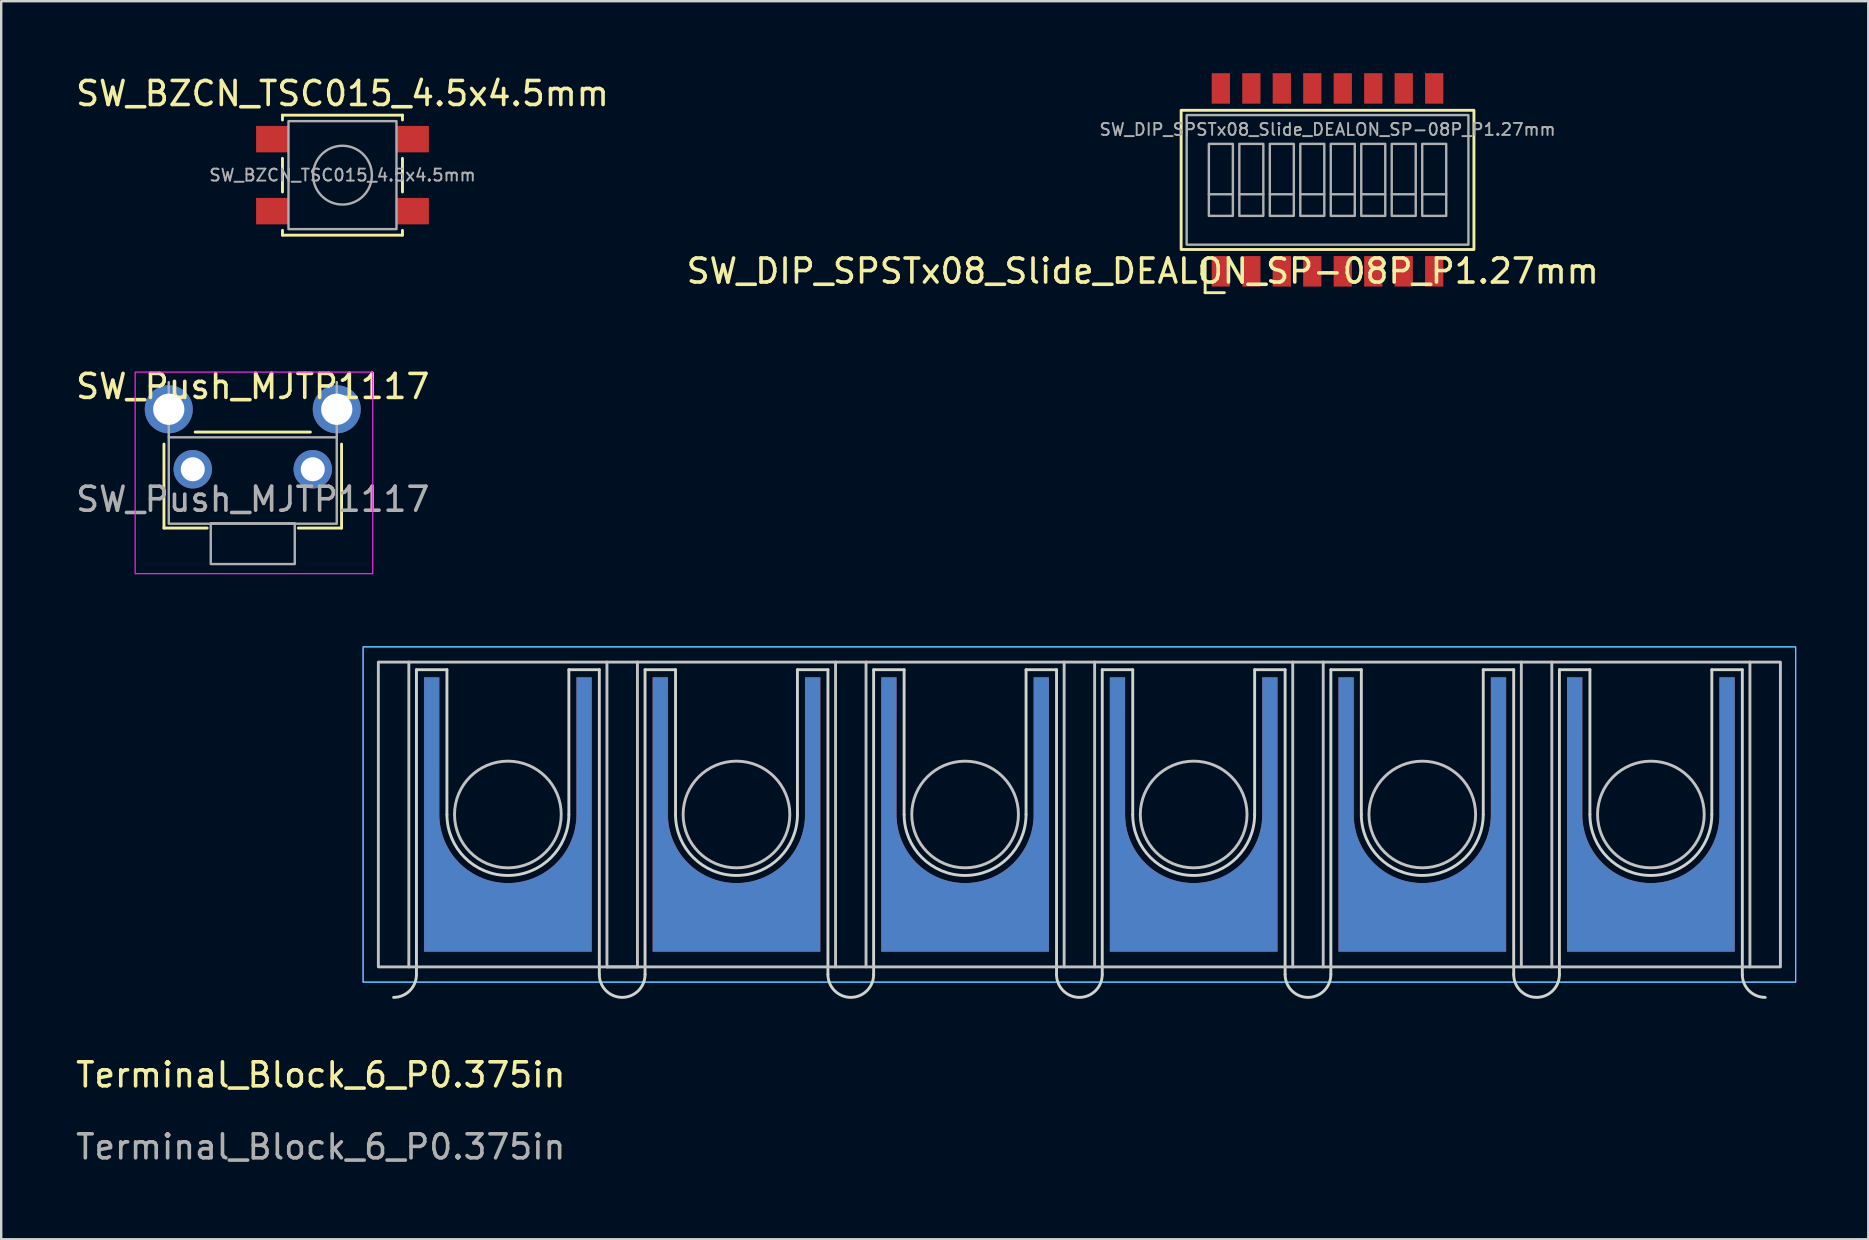
<source format=kicad_pcb>
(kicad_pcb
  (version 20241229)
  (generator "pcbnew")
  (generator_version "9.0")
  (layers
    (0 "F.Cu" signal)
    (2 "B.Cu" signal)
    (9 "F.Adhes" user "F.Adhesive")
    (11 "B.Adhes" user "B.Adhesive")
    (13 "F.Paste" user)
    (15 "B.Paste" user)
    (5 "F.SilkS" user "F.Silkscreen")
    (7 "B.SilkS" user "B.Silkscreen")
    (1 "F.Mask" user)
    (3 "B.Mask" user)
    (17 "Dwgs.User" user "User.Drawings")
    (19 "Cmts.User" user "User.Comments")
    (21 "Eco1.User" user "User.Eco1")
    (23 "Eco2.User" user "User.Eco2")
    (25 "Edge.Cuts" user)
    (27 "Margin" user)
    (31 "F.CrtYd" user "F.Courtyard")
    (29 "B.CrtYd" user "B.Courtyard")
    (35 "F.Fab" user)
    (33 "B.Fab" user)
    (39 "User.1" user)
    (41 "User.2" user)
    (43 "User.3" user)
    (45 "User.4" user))
  (footprint "SW_DIP_SPSTx08_Slide_DEALON_SP-08P_P1.27mm"
    (layer "F.Cu")
    (at 52.265 4.445)
    (property "Reference" "SW_DIP_SPSTx08_Slide_DEALON_SP-08P_P1.27mm" (at -7.7 3.8 0) (unlocked yes) (layer "F.SilkS") (effects (font (size 1 1) (thickness 0.15))))
    (attr smd)
    (fp_line (start -5.1 3.4) (end -5.1 4.7) (stroke (width 0.12) (type solid)) (layer "F.SilkS"))
    (fp_line (start -5.1 4.7) (end -4.3 4.7) (stroke (width 0.12) (type solid)) (layer "F.SilkS"))
    (fp_rect (start -6.1 -2.9) (end 6.1 2.9) (stroke (width 0.12) (type solid)) (fill no) (layer "F.SilkS"))
    (fp_line (start -4.945 0.6) (end -3.945 0.6) (stroke (width 0.1) (type solid)) (layer "F.Fab"))
    (fp_line (start -3.675 0.6) (end -2.675 0.6) (stroke (width 0.1) (type solid)) (layer "F.Fab"))
    (fp_line (start -2.405 0.6) (end -1.405 0.6) (stroke (width 0.1) (type solid)) (layer "F.Fab"))
    (fp_line (start -1.135 0.6) (end -0.135 0.6) (stroke (width 0.1) (type solid)) (layer "F.Fab"))
    (fp_line (start 0.135 0.6) (end 1.135 0.6) (stroke (width 0.1) (type solid)) (layer "F.Fab"))
    (fp_line (start 1.405 0.6) (end 2.405 0.6) (stroke (width 0.1) (type solid)) (layer "F.Fab"))
    (fp_line (start 2.675 0.6) (end 3.675 0.6) (stroke (width 0.1) (type solid)) (layer "F.Fab"))
    (fp_line (start 3.945 0.6) (end 4.945 0.6) (stroke (width 0.1) (type solid)) (layer "F.Fab"))
    (fp_rect (start -5.87 -2.7) (end 5.87 2.7) (stroke (width 0.1) (type solid)) (fill no) (layer "F.Fab"))
    (fp_rect (start -4.945 -1.5) (end -3.945 1.5) (stroke (width 0.1) (type solid)) (fill no) (layer "F.Fab"))
    (fp_rect (start -3.675 -1.5) (end -2.675 1.5) (stroke (width 0.1) (type solid)) (fill no) (layer "F.Fab"))
    (fp_rect (start -2.405 -1.5) (end -1.405 1.5) (stroke (width 0.1) (type solid)) (fill no) (layer "F.Fab"))
    (fp_rect (start -1.135 -1.5) (end -0.135 1.5) (stroke (width 0.1) (type solid)) (fill no) (layer "F.Fab"))
    (fp_rect (start 0.135 -1.5) (end 1.135 1.5) (stroke (width 0.1) (type solid)) (fill no) (layer "F.Fab"))
    (fp_rect (start 1.405 -1.5) (end 2.405 1.5) (stroke (width 0.1) (type solid)) (fill no) (layer "F.Fab"))
    (fp_rect (start 2.675 -1.5) (end 3.675 1.5) (stroke (width 0.1) (type solid)) (fill no) (layer "F.Fab"))
    (fp_rect (start 3.945 -1.5) (end 4.945 1.5) (stroke (width 0.1) (type solid)) (fill no) (layer "F.Fab"))
    (fp_text user "${REFERENCE}" (at 0 -2.1 0) (unlocked yes) (layer "F.Fab") (effects (font (size 0.5 0.5) (thickness 0.08))))
    (pad "1" smd rect (at -4.445 3.81) (size 0.76 1.27) (layers "F.Cu" "F.Mask" "F.Paste"))
    (pad "2" smd rect (at -3.175 3.81) (size 0.76 1.27) (layers "F.Cu" "F.Mask" "F.Paste"))
    (pad "3" smd rect (at -1.905 3.81) (size 0.76 1.27) (layers "F.Cu" "F.Mask" "F.Paste"))
    (pad "4" smd rect (at -0.635 3.81) (size 0.76 1.27) (layers "F.Cu" "F.Mask" "F.Paste"))
    (pad "5" smd rect (at 0.635 3.81) (size 0.76 1.27) (layers "F.Cu" "F.Mask" "F.Paste"))
    (pad "6" smd rect (at 1.905 3.81) (size 0.76 1.27) (layers "F.Cu" "F.Mask" "F.Paste"))
    (pad "7" smd rect (at 3.175 3.81) (size 0.76 1.27) (layers "F.Cu" "F.Mask" "F.Paste"))
    (pad "8" smd rect (at 4.445 3.81) (size 0.76 1.27) (layers "F.Cu" "F.Mask" "F.Paste"))
    (pad "9" smd rect (at 4.445 -3.81) (size 0.76 1.27) (layers "F.Cu" "F.Mask" "F.Paste"))
    (pad "10" smd rect (at 3.175 -3.81) (size 0.76 1.27) (layers "F.Cu" "F.Mask" "F.Paste"))
    (pad "11" smd rect (at 1.905 -3.81) (size 0.76 1.27) (layers "F.Cu" "F.Mask" "F.Paste"))
    (pad "12" smd rect (at 0.635 -3.81) (size 0.76 1.27) (layers "F.Cu" "F.Mask" "F.Paste"))
    (pad "13" smd rect (at -0.635 -3.81) (size 0.76 1.27) (layers "F.Cu" "F.Mask" "F.Paste"))
    (pad "14" smd rect (at -1.905 -3.81) (size 0.76 1.27) (layers "F.Cu" "F.Mask" "F.Paste"))
    (pad "15" smd rect (at -3.175 -3.81) (size 0.76 1.27) (layers "F.Cu" "F.Mask" "F.Paste"))
    (pad "16" smd rect (at -4.445 -3.81) (size 0.76 1.27) (layers "F.Cu" "F.Mask" "F.Paste")))
  (footprint "SW_BZCN_TSC015_4.5x4.5mm"
    (layer "F.Cu")
    (at 11.22 4.248)
    (property "Reference" "SW_BZCN_TSC015_4.5x4.5mm" (at 0 -3.4 0) (unlocked yes) (layer "F.SilkS") (effects (font (size 1 1) (thickness 0.15))))
    (attr smd)
    (fp_line (start -2.5 -2.5) (end 2.5 -2.5) (stroke (width 0.12) (type solid)) (layer "F.SilkS"))
    (fp_line (start -2.5 -2.3) (end -2.5 -2.5) (stroke (width 0.12) (type solid)) (layer "F.SilkS"))
    (fp_line (start -2.5 -0.7) (end -2.5 0.7) (stroke (width 0.12) (type solid)) (layer "F.SilkS"))
    (fp_line (start -2.5 2.3) (end -2.5 2.5) (stroke (width 0.12) (type solid)) (layer "F.SilkS"))
    (fp_line (start -2.5 2.5) (end 2.5 2.5) (stroke (width 0.12) (type solid)) (layer "F.SilkS"))
    (fp_line (start 2.5 -2.5) (end 2.5 -2.3) (stroke (width 0.12) (type solid)) (layer "F.SilkS"))
    (fp_line (start 2.5 -0.7) (end 2.5 0.7) (stroke (width 0.12) (type solid)) (layer "F.SilkS"))
    (fp_line (start 2.5 2.5) (end 2.5 2.3) (stroke (width 0.12) (type solid)) (layer "F.SilkS"))
    (fp_rect (start -2.25 -2.25) (end 2.25 2.25) (stroke (width 0.1) (type solid)) (fill no) (layer "F.Fab"))
    (fp_circle (center 0 0) (end 1.225 0) (stroke (width 0.1) (type solid)) (fill no) (layer "F.Fab"))
    (fp_text user "${REFERENCE}" (at 0 0 0) (unlocked yes) (layer "F.Fab") (effects (font (size 0.5 0.5) (thickness 0.08))))
    (pad "1" smd rect (at -2.925 -1.5) (size 1.35 1.1) (layers "F.Cu" "F.Mask" "F.Paste"))
    (pad "1" smd rect (at 2.925 -1.5) (size 1.35 1.1) (layers "F.Cu" "F.Mask" "F.Paste"))
    (pad "2" smd rect (at -2.925 1.5) (size 1.35 1.1) (layers "F.Cu" "F.Mask" "F.Paste"))
    (pad "2" smd rect (at 2.925 1.5) (size 1.35 1.1) (layers "F.Cu" "F.Mask" "F.Paste")))
  (footprint "SW_Push_MJTP1117"
    (layer "F.Cu")
    (at 7.482 15.253)
    (property "Reference" "SW_Push_MJTP1117" (at 0 -2.2 0) (unlocked yes) (layer "F.SilkS") (effects (font (size 1 1) (thickness 0.15))))
    (attr through_hole)
    (fp_line (start -3.7 3.7) (end -3.7 0.2) (stroke (width 0.12) (type solid)) (layer "F.SilkS"))
    (fp_line (start -2.4 -0.3) (end 2.4 -0.3) (stroke (width 0.12) (type solid)) (layer "F.SilkS"))
    (fp_line (start -1.9 3.7) (end -3.7 3.7) (stroke (width 0.12) (type solid)) (layer "F.SilkS"))
    (fp_line (start 3.7 0.2) (end 3.7 3.7) (stroke (width 0.12) (type solid)) (layer "F.SilkS"))
    (fp_line (start 3.7 3.7) (end 1.9 3.7) (stroke (width 0.12) (type solid)) (layer "F.SilkS"))
    (fp_rect (start -4.9 -2.8) (end 5 5.6) (stroke (width 0.05) (type solid)) (fill no) (layer "F.CrtYd"))
    (fp_line (start -3.5 -0.08) (end -3.5 -2.38) (stroke (width 0.1) (type solid)) (layer "F.Fab"))
    (fp_line (start 3.5 -0.08) (end 3.5 -2.38) (stroke (width 0.1) (type solid)) (layer "F.Fab"))
    (fp_rect (start -3.5 3.52) (end 3.5 -0.08) (stroke (width 0.1) (type solid)) (fill no) (layer "F.Fab"))
    (fp_rect (start -1.75 3.5) (end 1.75 5.2) (stroke (width 0.1) (type solid)) (fill no) (layer "F.Fab"))
    (fp_text user "${REFERENCE}" (at 0 2.5 0) (unlocked yes) (layer "F.Fab") (effects (font (size 1 1) (thickness 0.15))))
    (pad "" thru_hole circle (at -3.5 -1.25) (size 2 2) (drill 1.3) (layers "*.Cu" "*.Mask"))
    (pad "" thru_hole circle (at 3.5 -1.25) (size 2 2) (drill 1.3) (layers "*.Cu" "*.Mask"))
    (pad "1" thru_hole circle (at -2.5 1.25) (size 1.6 1.6) (drill 1) (layers "*.Cu" "*.Mask"))
    (pad "2" thru_hole circle (at 2.5 1.25) (size 1.6 1.6) (drill 1) (layers "*.Cu" "*.Mask")))
  (footprint "Terminal_Block_6_P0.375in"
    (layer "F.Cu")
    (at 12.715 37.238)
    (property "Reference" "Terminal_Block_6_P0.375in" (at -2.4 4.5 0) (unlocked yes) (layer "F.SilkS") (effects (font (size 1 1) (thickness 0.15))))
    (fp_line (start 1.27 0) (end 1.27 -12.7) (stroke (width 0.12) (type default)) (layer "Dwgs.User"))
    (fp_line (start 9.525 -12.7) (end 9.525 0) (stroke (width 0.12) (type default)) (layer "Dwgs.User"))
    (fp_line (start 9.525 0) (end 10.795 0) (stroke (width 0.12) (type default)) (layer "Dwgs.User"))
    (fp_line (start 10.795 0) (end 10.795 -12.7) (stroke (width 0.12) (type default)) (layer "Dwgs.User"))
    (fp_line (start 19.05 -12.7) (end 19.05 0) (stroke (width 0.12) (type default)) (layer "Dwgs.User"))
    (fp_line (start 20.32 0) (end 20.32 -12.7) (stroke (width 0.12) (type default)) (layer "Dwgs.User"))
    (fp_line (start 28.575 -12.7) (end 28.575 0) (stroke (width 0.12) (type default)) (layer "Dwgs.User"))
    (fp_line (start 29.845 0) (end 29.845 -12.7) (stroke (width 0.12) (type default)) (layer "Dwgs.User"))
    (fp_line (start 38.1 -12.7) (end 38.1 0) (stroke (width 0.12) (type default)) (layer "Dwgs.User"))
    (fp_line (start 39.37 0) (end 39.37 -12.7) (stroke (width 0.12) (type default)) (layer "Dwgs.User"))
    (fp_line (start 47.625 -12.7) (end 47.625 0) (stroke (width 0.12) (type default)) (layer "Dwgs.User"))
    (fp_line (start 48.895 0) (end 48.895 -12.7) (stroke (width 0.12) (type default)) (layer "Dwgs.User"))
    (fp_line (start 57.15 -12.7) (end 57.15 0) (stroke (width 0.12) (type default)) (layer "Dwgs.User"))
    (fp_rect (start 0 0) (end 58.42 -12.7) (stroke (width 0.12) (type default)) (fill no) (layer "Dwgs.User"))
    (fp_circle (center 5.397 -6.35) (end 7.62 -6.35) (stroke (width 0.12) (type default)) (fill no) (layer "Dwgs.User"))
    (fp_circle (center 14.922 -6.35) (end 17.145 -6.35) (stroke (width 0.12) (type default)) (fill no) (layer "Dwgs.User"))
    (fp_circle (center 24.448 -6.35) (end 26.67 -6.35) (stroke (width 0.12) (type default)) (fill no) (layer "Dwgs.User"))
    (fp_circle (center 33.972 -6.35) (end 36.195 -6.35) (stroke (width 0.12) (type default)) (fill no) (layer "Dwgs.User"))
    (fp_circle (center 43.498 -6.35) (end 45.72 -6.35) (stroke (width 0.12) (type default)) (fill no) (layer "Dwgs.User"))
    (fp_circle (center 53.023 -6.35) (end 55.245 -6.35) (stroke (width 0.12) (type default)) (fill no) (layer "Dwgs.User"))
    (fp_line (start 1.587 -12.383) (end 2.857 -12.383) (stroke (width 0.12) (type default)) (layer "Edge.Cuts"))
    (fp_line (start 1.587 0.318) (end 1.587 -12.383) (stroke (width 0.12) (type default)) (layer "Edge.Cuts"))
    (fp_line (start 2.857 -12.383) (end 2.857 -6.35) (stroke (width 0.12) (type default)) (layer "Edge.Cuts"))
    (fp_line (start 7.938 -12.383) (end 9.207 -12.383) (stroke (width 0.12) (type default)) (layer "Edge.Cuts"))
    (fp_line (start 7.938 -6.35) (end 7.938 -12.383) (stroke (width 0.12) (type default)) (layer "Edge.Cuts"))
    (fp_line (start 9.207 -12.383) (end 9.207 0.318) (stroke (width 0.12) (type default)) (layer "Edge.Cuts"))
    (fp_line (start 11.113 -12.383) (end 12.383 -12.383) (stroke (width 0.12) (type default)) (layer "Edge.Cuts"))
    (fp_line (start 11.113 0.318) (end 11.113 -12.383) (stroke (width 0.12) (type default)) (layer "Edge.Cuts"))
    (fp_line (start 12.383 -12.383) (end 12.383 -6.35) (stroke (width 0.12) (type default)) (layer "Edge.Cuts"))
    (fp_line (start 17.462 -12.383) (end 18.733 -12.383) (stroke (width 0.12) (type default)) (layer "Edge.Cuts"))
    (fp_line (start 17.462 -6.35) (end 17.462 -12.383) (stroke (width 0.12) (type default)) (layer "Edge.Cuts"))
    (fp_line (start 18.733 -12.383) (end 18.733 0.318) (stroke (width 0.12) (type default)) (layer "Edge.Cuts"))
    (fp_line (start 20.637 -12.383) (end 21.907 -12.383) (stroke (width 0.12) (type default)) (layer "Edge.Cuts"))
    (fp_line (start 20.637 0.318) (end 20.637 -12.383) (stroke (width 0.12) (type default)) (layer "Edge.Cuts"))
    (fp_line (start 21.907 -12.383) (end 21.907 -6.35) (stroke (width 0.12) (type default)) (layer "Edge.Cuts"))
    (fp_line (start 26.988 -12.383) (end 28.258 -12.383) (stroke (width 0.12) (type default)) (layer "Edge.Cuts"))
    (fp_line (start 26.988 -6.35) (end 26.988 -12.383) (stroke (width 0.12) (type default)) (layer "Edge.Cuts"))
    (fp_line (start 28.258 -12.383) (end 28.258 0.318) (stroke (width 0.12) (type default)) (layer "Edge.Cuts"))
    (fp_line (start 30.163 -12.383) (end 31.433 -12.383) (stroke (width 0.12) (type default)) (layer "Edge.Cuts"))
    (fp_line (start 30.163 0.318) (end 30.163 -12.383) (stroke (width 0.12) (type default)) (layer "Edge.Cuts"))
    (fp_line (start 31.433 -12.383) (end 31.433 -6.35) (stroke (width 0.12) (type default)) (layer "Edge.Cuts"))
    (fp_line (start 36.513 -12.383) (end 37.782 -12.383) (stroke (width 0.12) (type default)) (layer "Edge.Cuts"))
    (fp_line (start 36.513 -6.35) (end 36.513 -12.383) (stroke (width 0.12) (type default)) (layer "Edge.Cuts"))
    (fp_line (start 37.782 -12.383) (end 37.782 0.318) (stroke (width 0.12) (type default)) (layer "Edge.Cuts"))
    (fp_line (start 39.688 -12.383) (end 40.958 -12.383) (stroke (width 0.12) (type default)) (layer "Edge.Cuts"))
    (fp_line (start 39.688 0.318) (end 39.688 -12.383) (stroke (width 0.12) (type default)) (layer "Edge.Cuts"))
    (fp_line (start 40.958 -12.383) (end 40.958 -6.35) (stroke (width 0.12) (type default)) (layer "Edge.Cuts"))
    (fp_line (start 46.038 -12.383) (end 47.307 -12.383) (stroke (width 0.12) (type default)) (layer "Edge.Cuts"))
    (fp_line (start 46.038 -6.35) (end 46.038 -12.383) (stroke (width 0.12) (type default)) (layer "Edge.Cuts"))
    (fp_line (start 47.307 -12.383) (end 47.307 0.318) (stroke (width 0.12) (type default)) (layer "Edge.Cuts"))
    (fp_line (start 49.212 -12.383) (end 50.483 -12.383) (stroke (width 0.12) (type default)) (layer "Edge.Cuts"))
    (fp_line (start 49.212 0.318) (end 49.212 -12.383) (stroke (width 0.12) (type default)) (layer "Edge.Cuts"))
    (fp_line (start 50.483 -12.383) (end 50.483 -6.35) (stroke (width 0.12) (type default)) (layer "Edge.Cuts"))
    (fp_line (start 55.562 -12.383) (end 56.833 -12.383) (stroke (width 0.12) (type default)) (layer "Edge.Cuts"))
    (fp_line (start 55.562 -6.35) (end 55.562 -12.383) (stroke (width 0.12) (type default)) (layer "Edge.Cuts"))
    (fp_line (start 56.833 -12.383) (end 56.833 0.318) (stroke (width 0.12) (type default)) (layer "Edge.Cuts"))
    (fp_arc (start 1.5875 0.3175) (mid 1.308519 0.991019) (end 0.635 1.27) (stroke (width 0.12) (type default)) (layer "Edge.Cuts"))
    (fp_arc (start 7.9375 -6.35) (mid 5.3975 -3.81) (end 2.8575 -6.35) (stroke (width 0.12) (type default)) (layer "Edge.Cuts"))
    (fp_arc (start 11.1125 0.3175) (mid 10.16 1.27) (end 9.2075 0.3175) (stroke (width 0.12) (type default)) (layer "Edge.Cuts"))
    (fp_arc (start 17.4625 -6.35) (mid 14.9225 -3.81) (end 12.3825 -6.35) (stroke (width 0.12) (type default)) (layer "Edge.Cuts"))
    (fp_arc (start 20.6375 0.3175) (mid 19.685 1.27) (end 18.7325 0.3175) (stroke (width 0.12) (type default)) (layer "Edge.Cuts"))
    (fp_arc (start 26.9875 -6.35) (mid 24.4475 -3.81) (end 21.9075 -6.35) (stroke (width 0.12) (type default)) (layer "Edge.Cuts"))
    (fp_arc (start 30.1625 0.3175) (mid 29.21 1.27) (end 28.2575 0.3175) (stroke (width 0.12) (type default)) (layer "Edge.Cuts"))
    (fp_arc (start 36.5125 -6.35) (mid 33.9725 -3.81) (end 31.4325 -6.35) (stroke (width 0.12) (type default)) (layer "Edge.Cuts"))
    (fp_arc (start 39.6875 0.3175) (mid 38.735 1.27) (end 37.7825 0.3175) (stroke (width 0.12) (type default)) (layer "Edge.Cuts"))
    (fp_arc (start 46.0375 -6.35) (mid 43.4975 -3.81) (end 40.9575 -6.35) (stroke (width 0.12) (type default)) (layer "Edge.Cuts"))
    (fp_arc (start 49.2125 0.3175) (mid 48.26 1.27) (end 47.3075 0.3175) (stroke (width 0.12) (type default)) (layer "Edge.Cuts"))
    (fp_arc (start 55.5625 -6.35) (mid 53.0225 -3.81) (end 50.4825 -6.35) (stroke (width 0.12) (type default)) (layer "Edge.Cuts"))
    (fp_arc (start 57.785 1.27) (mid 57.111481 0.991019) (end 56.8325 0.3175) (stroke (width 0.12) (type default)) (layer "Edge.Cuts"))
    (fp_rect (start -0.635 -13.335) (end 59.055 0.635) (stroke (width 0.05) (type default)) (fill no) (layer "B.CrtYd"))
    (fp_rect (start -0.635 -13.335) (end 59.055 0.635) (stroke (width 0.05) (type default)) (fill no) (layer "F.CrtYd"))
    (fp_text user "${REFERENCE}" (at -2.4 7.5 0) (unlocked yes) (layer "F.Fab") (effects (font (size 1 1) (thickness 0.15))))
    (pad "1" connect custom (at 5.397 -2.064) (size 6.985 2.857) (layers "F.Cu" "F.Mask") (options (anchor rect)) (primitives (gr_poly (pts (arc (start -2.8575 -4.28625) (mid 0 -1.42875) (end 2.8575 -4.28625)) (xy 2.857 -10.001) (xy 3.493 -10.001) (xy 3.493 1.429) (xy -3.493 1.429) (xy -3.493 -10.001) (xy -2.857 -10.001)) (width 0) (fill yes))))
    (pad "1" connect custom (at 5.397 -2.064) (size 6.985 2.857) (layers "B.Cu" "B.Mask") (options (anchor rect)) (primitives (gr_poly (pts (arc (start 2.8575 -4.28625) (mid 0 -1.42875) (end -2.8575 -4.28625)) (xy -2.857 -10.001) (xy -3.493 -10.001) (xy -3.493 1.429) (xy 3.493 1.429) (xy 3.493 -10.001) (xy 2.857 -10.001)) (width 0) (fill yes))))
    (pad "2" connect custom (at 14.922 -2.064) (size 6.985 2.857) (layers "F.Cu" "F.Mask") (options (anchor rect)) (primitives (gr_poly (pts (arc (start -2.8575 -4.28625) (mid 0 -1.42875) (end 2.8575 -4.28625)) (xy 2.857 -10.001) (xy 3.493 -10.001) (xy 3.493 1.429) (xy -3.493 1.429) (xy -3.493 -10.001) (xy -2.857 -10.001)) (width 0) (fill yes))))
    (pad "2" connect custom (at 14.922 -2.064) (size 6.985 2.857) (layers "B.Cu" "B.Mask") (options (anchor rect)) (primitives (gr_poly (pts (arc (start 2.8575 -4.28625) (mid 0 -1.42875) (end -2.8575 -4.28625)) (xy -2.857 -10.001) (xy -3.493 -10.001) (xy -3.493 1.429) (xy 3.493 1.429) (xy 3.493 -10.001) (xy 2.857 -10.001)) (width 0) (fill yes))))
    (pad "3" connect custom (at 24.448 -2.064) (size 6.985 2.857) (layers "F.Cu" "F.Mask") (options (anchor rect)) (primitives (gr_poly (pts (arc (start -2.8575 -4.28625) (mid 0 -1.42875) (end 2.8575 -4.28625)) (xy 2.857 -10.001) (xy 3.493 -10.001) (xy 3.493 1.429) (xy -3.493 1.429) (xy -3.493 -10.001) (xy -2.857 -10.001)) (width 0) (fill yes))))
    (pad "3" connect custom (at 24.448 -2.064) (size 6.985 2.857) (layers "B.Cu" "B.Mask") (options (anchor rect)) (primitives (gr_poly (pts (arc (start 2.8575 -4.28625) (mid 0 -1.42875) (end -2.8575 -4.28625)) (xy -2.857 -10.001) (xy -3.493 -10.001) (xy -3.493 1.429) (xy 3.493 1.429) (xy 3.493 -10.001) (xy 2.857 -10.001)) (width 0) (fill yes))))
    (pad "4" connect custom (at 33.972 -2.064) (size 6.985 2.857) (layers "F.Cu" "F.Mask") (options (anchor rect)) (primitives (gr_poly (pts (arc (start -2.8575 -4.28625) (mid 0 -1.42875) (end 2.8575 -4.28625)) (xy 2.857 -10.001) (xy 3.493 -10.001) (xy 3.493 1.429) (xy -3.493 1.429) (xy -3.493 -10.001) (xy -2.857 -10.001)) (width 0) (fill yes))))
    (pad "4" connect custom (at 33.972 -2.064) (size 6.985 2.857) (layers "B.Cu" "B.Mask") (options (anchor rect)) (primitives (gr_poly (pts (arc (start 2.8575 -4.28625) (mid 0 -1.42875) (end -2.8575 -4.28625)) (xy -2.857 -10.001) (xy -3.493 -10.001) (xy -3.493 1.429) (xy 3.493 1.429) (xy 3.493 -10.001) (xy 2.857 -10.001)) (width 0) (fill yes))))
    (pad "5" connect custom (at 43.498 -2.064) (size 6.985 2.857) (layers "F.Cu" "F.Mask") (options (anchor rect)) (primitives (gr_poly (pts (arc (start -2.8575 -4.28625) (mid 0 -1.42875) (end 2.8575 -4.28625)) (xy 2.857 -10.001) (xy 3.493 -10.001) (xy 3.493 1.429) (xy -3.493 1.429) (xy -3.493 -10.001) (xy -2.857 -10.001)) (width 0) (fill yes))))
    (pad "5" connect custom (at 43.498 -2.064) (size 6.985 2.857) (layers "B.Cu" "B.Mask") (options (anchor rect)) (primitives (gr_poly (pts (arc (start 2.8575 -4.28625) (mid 0 -1.42875) (end -2.8575 -4.28625)) (xy -2.857 -10.001) (xy -3.493 -10.001) (xy -3.493 1.429) (xy 3.493 1.429) (xy 3.493 -10.001) (xy 2.857 -10.001)) (width 0) (fill yes))))
    (pad "6" connect custom (at 53.023 -2.064) (size 6.985 2.857) (layers "F.Cu" "F.Mask") (options (anchor rect)) (primitives (gr_poly (pts (arc (start -2.8575 -4.28625) (mid 0 -1.42875) (end 2.8575 -4.28625)) (xy 2.857 -10.001) (xy 3.493 -10.001) (xy 3.493 1.429) (xy -3.493 1.429) (xy -3.493 -10.001) (xy -2.857 -10.001)) (width 0) (fill yes))))
    (pad "6" connect custom (at 53.023 -2.064) (size 6.985 2.857) (layers "B.Cu" "B.Mask") (options (anchor rect)) (primitives (gr_poly (pts (arc (start 2.8575 -4.28625) (mid 0 -1.42875) (end -2.8575 -4.28625)) (xy -2.857 -10.001) (xy -3.493 -10.001) (xy -3.493 1.429) (xy 3.493 1.429) (xy 3.493 -10.001) (xy 2.857 -10.001)) (width 0) (fill yes)))))
  (gr_rect
    (start -3 -3)
    (end 74.795 48.587)
    (stroke (width 0.1) (type default))
    (fill no)
    (layer "Edge.Cuts")))
</source>
